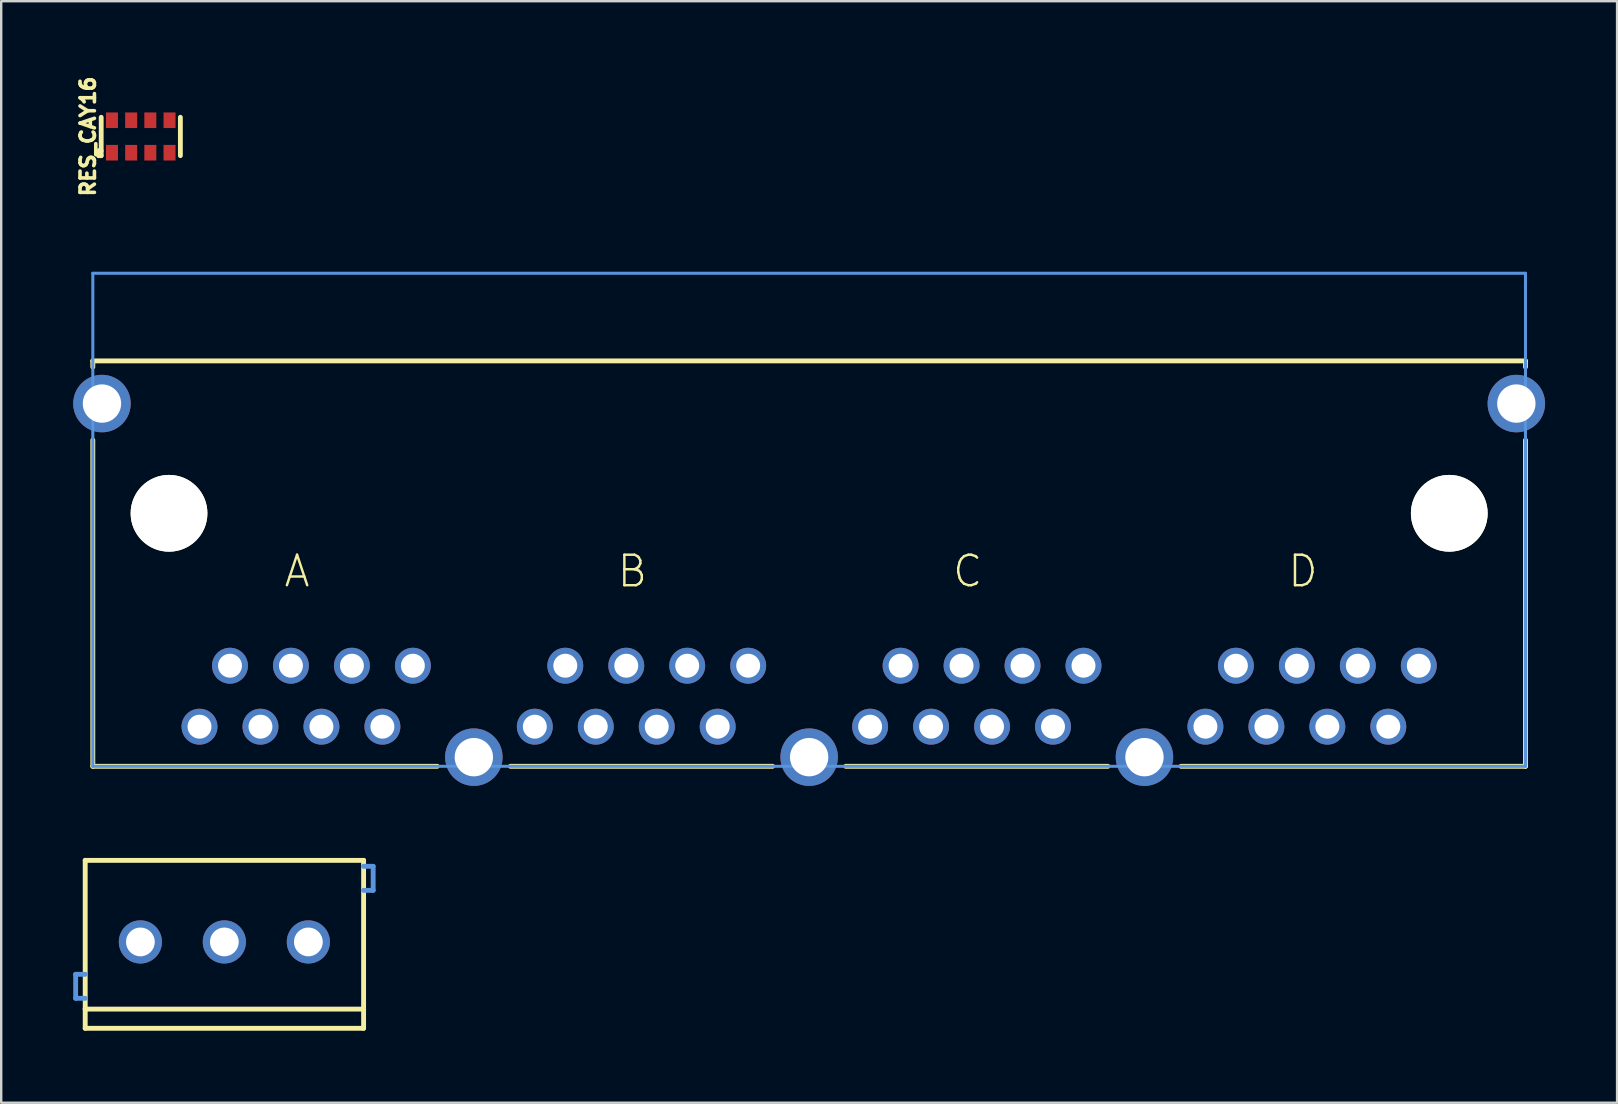
<source format=kicad_pcb>
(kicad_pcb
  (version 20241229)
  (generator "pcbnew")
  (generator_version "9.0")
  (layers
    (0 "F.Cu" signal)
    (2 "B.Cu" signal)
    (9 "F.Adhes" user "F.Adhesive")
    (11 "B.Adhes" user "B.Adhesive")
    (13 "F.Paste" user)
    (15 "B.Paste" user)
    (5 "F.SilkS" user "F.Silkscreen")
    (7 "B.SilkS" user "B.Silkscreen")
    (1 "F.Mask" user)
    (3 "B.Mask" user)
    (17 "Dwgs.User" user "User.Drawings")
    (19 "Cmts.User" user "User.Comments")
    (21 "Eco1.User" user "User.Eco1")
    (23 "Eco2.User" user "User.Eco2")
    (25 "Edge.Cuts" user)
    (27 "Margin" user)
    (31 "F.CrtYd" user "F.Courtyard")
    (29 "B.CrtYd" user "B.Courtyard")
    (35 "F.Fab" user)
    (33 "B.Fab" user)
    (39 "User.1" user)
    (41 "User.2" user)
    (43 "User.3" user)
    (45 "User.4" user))
  (footprint "RJ45-8X4"
    (layer "F.Cu")
    (at 30.662 18.336)
    (property "Reference" "RJ45-8X4" (at 16.002 -3.302 0) (layer "Eco1.User") (effects (font (size 1.016 1.016) (thickness 0.081))))
    (attr through_hole)
    (fp_line (start -29.845 -6.35) (end -29.845 -6.096) (stroke (width 0.203) (type solid)) (layer "F.SilkS"))
    (fp_line (start -29.845 -6.35) (end 29.845 -6.35) (stroke (width 0.203) (type solid)) (layer "F.SilkS"))
    (fp_line (start -29.845 -3.048) (end -29.845 10.541) (stroke (width 0.203) (type solid)) (layer "F.SilkS"))
    (fp_line (start -29.845 10.541) (end -15.494 10.541) (stroke (width 0.203) (type solid)) (layer "F.SilkS"))
    (fp_line (start -12.446 10.541) (end -1.524 10.541) (stroke (width 0.203) (type solid)) (layer "F.SilkS"))
    (fp_line (start 1.524 10.541) (end 12.446 10.541) (stroke (width 0.203) (type solid)) (layer "F.SilkS"))
    (fp_line (start 15.494 10.541) (end 29.845 10.541) (stroke (width 0.203) (type solid)) (layer "F.SilkS"))
    (fp_line (start 29.845 -6.35) (end 29.845 -6.096) (stroke (width 0.203) (type solid)) (layer "F.SilkS"))
    (fp_line (start 29.845 10.541) (end 29.845 -3.048) (stroke (width 0.203) (type solid)) (layer "F.SilkS"))
    (fp_line (start -29.845 -10) (end 29.845 -10) (stroke (width 0.127) (type solid)) (layer "Cmts.User"))
    (fp_line (start -29.845 10.541) (end -29.845 -10) (stroke (width 0.127) (type solid)) (layer "Cmts.User"))
    (fp_line (start -29.845 10.541) (end 29.845 10.541) (stroke (width 0.127) (type solid)) (layer "Cmts.User"))
    (fp_line (start 29.845 -10) (end 29.845 10.541) (stroke (width 0.127) (type solid)) (layer "Cmts.User"))
    (fp_text user "A" (at -21.336 2.413 0) (layer "F.SilkS") (effects (font (size 1.27 1.27) (thickness 0.102))))
    (fp_text user "B" (at -7.366 2.413 0) (layer "F.SilkS") (effects (font (size 1.27 1.27) (thickness 0.102))))
    (fp_text user "C" (at 6.604 2.413 0) (layer "F.SilkS") (effects (font (size 1.27 1.27) (thickness 0.102))))
    (fp_text user "D" (at 20.574 2.413 0) (layer "F.SilkS") (effects (font (size 1.27 1.27) (thickness 0.102))))
    (pad "" np_thru_hole circle (at -26.67 0) (size 3.198 3.198) (drill 3.198) (layers "*.Cu" "*.Mask" "F.SilkS"))
    (pad "" np_thru_hole circle (at 26.67 0) (size 3.198 3.198) (drill 3.198) (layers "*.Cu" "*.Mask" "F.SilkS"))
    (pad "A1" thru_hole oval (at -16.51 6.35) (size 1.496 1.496) (drill 0.998) (layers "*.Cu" "*.Mask"))
    (pad "A2" thru_hole oval (at -17.78 8.89) (size 1.496 1.496) (drill 0.998) (layers "*.Cu" "*.Mask"))
    (pad "A3" thru_hole oval (at -19.05 6.35) (size 1.496 1.496) (drill 0.998) (layers "*.Cu" "*.Mask"))
    (pad "A4" thru_hole oval (at -20.32 8.89) (size 1.496 1.496) (drill 0.998) (layers "*.Cu" "*.Mask"))
    (pad "A5" thru_hole oval (at -21.59 6.35) (size 1.496 1.496) (drill 0.998) (layers "*.Cu" "*.Mask"))
    (pad "A6" thru_hole oval (at -22.86 8.89) (size 1.496 1.496) (drill 0.998) (layers "*.Cu" "*.Mask"))
    (pad "A7" thru_hole oval (at -24.13 6.35) (size 1.496 1.496) (drill 0.998) (layers "*.Cu" "*.Mask"))
    (pad "A8" thru_hole oval (at -25.4 8.89) (size 1.496 1.496) (drill 0.998) (layers "*.Cu" "*.Mask"))
    (pad "B1" thru_hole oval (at -2.54 6.35) (size 1.496 1.496) (drill 0.998) (layers "*.Cu" "*.Mask"))
    (pad "B2" thru_hole oval (at -3.81 8.89) (size 1.496 1.496) (drill 0.998) (layers "*.Cu" "*.Mask"))
    (pad "B3" thru_hole oval (at -5.08 6.35) (size 1.496 1.496) (drill 0.998) (layers "*.Cu" "*.Mask"))
    (pad "B4" thru_hole oval (at -6.35 8.89) (size 1.496 1.496) (drill 0.998) (layers "*.Cu" "*.Mask"))
    (pad "B5" thru_hole oval (at -7.62 6.35) (size 1.496 1.496) (drill 0.998) (layers "*.Cu" "*.Mask"))
    (pad "B6" thru_hole oval (at -8.89 8.89) (size 1.496 1.496) (drill 0.998) (layers "*.Cu" "*.Mask"))
    (pad "B7" thru_hole oval (at -10.16 6.35) (size 1.496 1.496) (drill 0.998) (layers "*.Cu" "*.Mask"))
    (pad "B8" thru_hole oval (at -11.43 8.89) (size 1.496 1.496) (drill 0.998) (layers "*.Cu" "*.Mask"))
    (pad "C1" thru_hole oval (at 11.43 6.35) (size 1.496 1.496) (drill 0.998) (layers "*.Cu" "*.Mask"))
    (pad "C2" thru_hole oval (at 10.16 8.89) (size 1.496 1.496) (drill 0.998) (layers "*.Cu" "*.Mask"))
    (pad "C3" thru_hole oval (at 8.89 6.35) (size 1.496 1.496) (drill 0.998) (layers "*.Cu" "*.Mask"))
    (pad "C4" thru_hole oval (at 7.62 8.89) (size 1.496 1.496) (drill 0.998) (layers "*.Cu" "*.Mask"))
    (pad "C5" thru_hole oval (at 6.35 6.35) (size 1.496 1.496) (drill 0.998) (layers "*.Cu" "*.Mask"))
    (pad "C6" thru_hole oval (at 5.08 8.89) (size 1.496 1.496) (drill 0.998) (layers "*.Cu" "*.Mask"))
    (pad "C7" thru_hole oval (at 3.81 6.35) (size 1.496 1.496) (drill 0.998) (layers "*.Cu" "*.Mask"))
    (pad "C8" thru_hole oval (at 2.54 8.89) (size 1.496 1.496) (drill 0.998) (layers "*.Cu" "*.Mask"))
    (pad "D1" thru_hole oval (at 25.4 6.35) (size 1.496 1.496) (drill 0.998) (layers "*.Cu" "*.Mask"))
    (pad "D2" thru_hole oval (at 24.13 8.89) (size 1.496 1.496) (drill 0.998) (layers "*.Cu" "*.Mask"))
    (pad "D3" thru_hole oval (at 22.86 6.35) (size 1.496 1.496) (drill 0.998) (layers "*.Cu" "*.Mask"))
    (pad "D4" thru_hole oval (at 21.59 8.89) (size 1.496 1.496) (drill 0.998) (layers "*.Cu" "*.Mask"))
    (pad "D5" thru_hole oval (at 20.32 6.35) (size 1.496 1.496) (drill 0.998) (layers "*.Cu" "*.Mask"))
    (pad "D6" thru_hole oval (at 19.05 8.89) (size 1.496 1.496) (drill 0.998) (layers "*.Cu" "*.Mask"))
    (pad "D7" thru_hole oval (at 17.78 6.35) (size 1.496 1.496) (drill 0.998) (layers "*.Cu" "*.Mask"))
    (pad "D8" thru_hole oval (at 16.51 8.89) (size 1.496 1.496) (drill 0.998) (layers "*.Cu" "*.Mask"))
    (pad "GND0" thru_hole oval (at -29.464 -4.572) (size 2.395 2.395) (drill 1.598) (layers "*.Cu" "*.Mask"))
    (pad "GND1" thru_hole oval (at -13.97 10.16) (size 2.395 2.395) (drill 1.598) (layers "*.Cu" "*.Mask"))
    (pad "GND2" thru_hole oval (at 0 10.16) (size 2.395 2.395) (drill 1.598) (layers "*.Cu" "*.Mask"))
    (pad "GND3" thru_hole oval (at 13.97 10.16) (size 2.395 2.395) (drill 1.598) (layers "*.Cu" "*.Mask"))
    (pad "GND4" thru_hole oval (at 29.464 -4.572) (size 2.395 2.395) (drill 1.598) (layers "*.Cu" "*.Mask")))
  (footprint "SCREWTERMINAL-3.5MM-3"
    (layer "F.Cu")
    (at 6.299 36.194)
    (property "Reference" "SCREWTERMINAL-3.5MM-3" (at -0.2 -1.85 0) (layer "Eco1.User") (effects (font (size 0.406 0.406) (thickness 0.03))))
    (attr through_hole)
    (fp_line (start -5.799 -3.399) (end 5.8 -3.399) (stroke (width 0.203) (type solid)) (layer "F.SilkS"))
    (fp_line (start -5.799 2.799) (end -5.799 -3.399) (stroke (width 0.203) (type solid)) (layer "F.SilkS"))
    (fp_line (start -5.799 3.599) (end -5.799 2.799) (stroke (width 0.203) (type solid)) (layer "F.SilkS"))
    (fp_line (start 5.8 -3.399) (end 5.8 2.799) (stroke (width 0.203) (type solid)) (layer "F.SilkS"))
    (fp_line (start 5.8 2.799) (end -5.799 2.799) (stroke (width 0.203) (type solid)) (layer "F.SilkS"))
    (fp_line (start 5.8 2.799) (end 5.8 3.599) (stroke (width 0.203) (type solid)) (layer "F.SilkS"))
    (fp_line (start 5.8 3.599) (end -5.799 3.599) (stroke (width 0.203) (type solid)) (layer "F.SilkS"))
    (fp_line (start -6.197 1.349) (end -6.197 2.349) (stroke (width 0.203) (type solid)) (layer "Cmts.User"))
    (fp_line (start -6.197 2.349) (end -5.799 2.349) (stroke (width 0.203) (type solid)) (layer "Cmts.User"))
    (fp_line (start -5.799 1.349) (end -6.197 1.349) (stroke (width 0.203) (type solid)) (layer "Cmts.User"))
    (fp_line (start 5.799 -3.15) (end 6.198 -3.15) (stroke (width 0.203) (type solid)) (layer "Cmts.User"))
    (fp_line (start 6.198 -3.15) (end 6.198 -2.149) (stroke (width 0.203) (type solid)) (layer "Cmts.User"))
    (fp_line (start 6.198 -2.149) (end 5.799 -2.149) (stroke (width 0.203) (type solid)) (layer "Cmts.User"))
    (pad "1" thru_hole oval (at -3.5 0) (size 1.798 1.798) (drill 1.199) (layers "*.Cu" "*.Mask"))
    (pad "2" thru_hole oval (at -0.002 0) (size 1.798 1.798) (drill 1.199) (layers "*.Cu" "*.Mask"))
    (pad "3" thru_hole oval (at 3.498 0) (size 1.798 1.798) (drill 1.199) (layers "*.Cu" "*.Mask")))
  (footprint "RES_CAY16"
    (layer "F.Cu")
    (at 2.814 2.636)
    (property "Reference" "RES_CAY16" (at -2.2 0 90) (layer "F.SilkS") (effects (font (size 0.6 0.6) (thickness 0.15))))
    (attr smd)
    (fp_line (start -1.75 0.599) (end -1.651 0.599) (stroke (width 0.201) (type solid)) (layer "F.SilkS"))
    (fp_line (start -1.75 0.8) (end -1.75 0.599) (stroke (width 0.201) (type solid)) (layer "F.SilkS"))
    (fp_line (start -1.651 0.8) (end -1.75 0.8) (stroke (width 0.201) (type solid)) (layer "F.SilkS"))
    (fp_line (start -1.648 -0.8) (end -1.648 0.8) (stroke (width 0.201) (type solid)) (layer "F.SilkS"))
    (fp_line (start 1.651 -0.8) (end 1.651 0.8) (stroke (width 0.201) (type solid)) (layer "F.SilkS"))
    (pad "1" smd rect (at -1.199 0.676) (size 0.5 0.65) (layers "F.Cu" "F.Mask" "F.Paste"))
    (pad "2" smd rect (at -1.199 -0.676) (size 0.5 0.65) (layers "F.Cu" "F.Mask" "F.Paste"))
    (pad "3" smd rect (at -0.399 0.676) (size 0.5 0.65) (layers "F.Cu" "F.Mask" "F.Paste"))
    (pad "4" smd rect (at -0.399 -0.676) (size 0.5 0.65) (layers "F.Cu" "F.Mask" "F.Paste"))
    (pad "5" smd rect (at 0.399 0.676) (size 0.5 0.65) (layers "F.Cu" "F.Mask" "F.Paste"))
    (pad "6" smd rect (at 0.399 -0.676) (size 0.5 0.65) (layers "F.Cu" "F.Mask" "F.Paste"))
    (pad "7" smd rect (at 1.199 0.676) (size 0.5 0.65) (layers "F.Cu" "F.Mask" "F.Paste"))
    (pad "8" smd rect (at 1.199 -0.676) (size 0.5 0.65) (layers "F.Cu" "F.Mask" "F.Paste")))
  (gr_rect
    (start -3 -3)
    (end 64.323 42.895)
    (stroke (width 0.1) (type default))
    (fill no)
    (layer "Edge.Cuts")))
</source>
